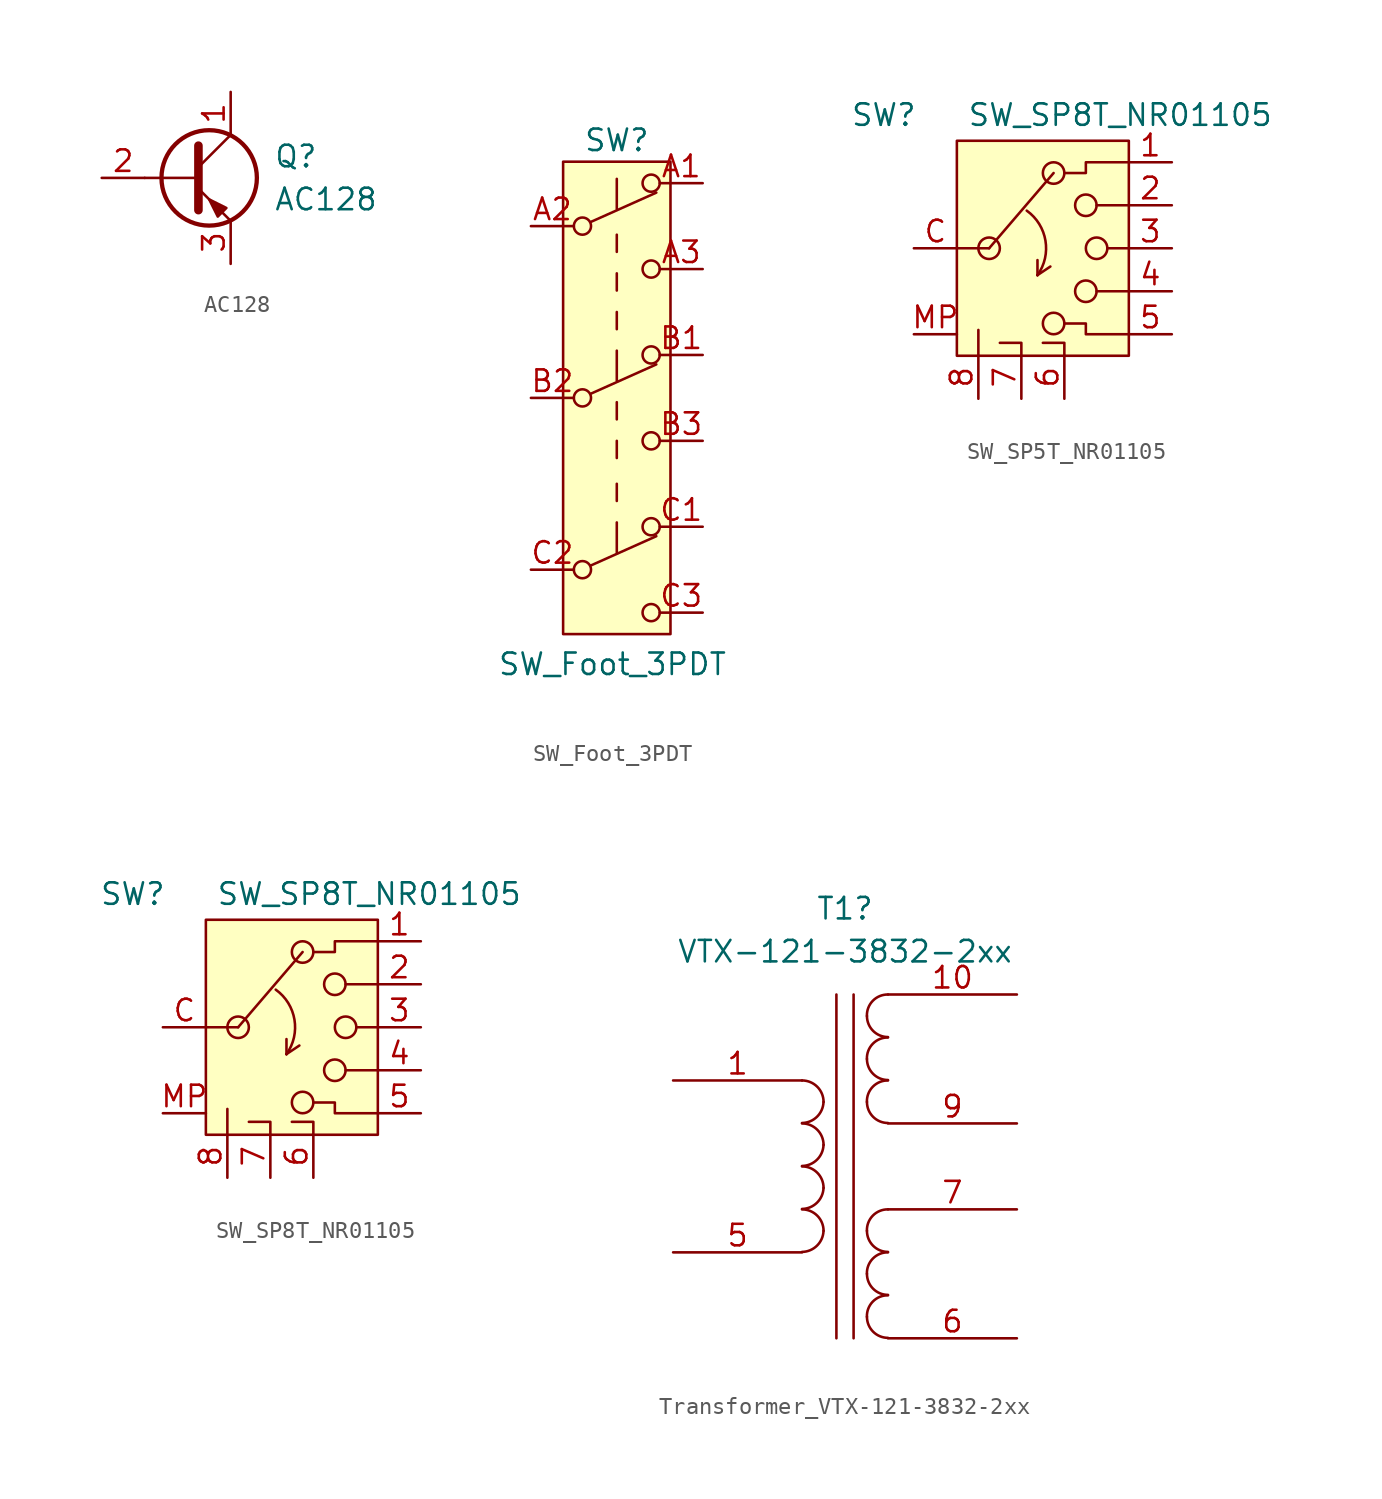
<source format=kicad_sym>
(kicad_symbol_lib
  (version 20241209)
  (generator "kicad_symbol_editor")
  (generator_version "9.0")
  (symbol "AC128"
    (pin_names
      (offset 0)
      (hide yes))
    (property "Reference" "Q"
      (at 5.08 1.27 0)
      (effects (font (size 1.27 1.27)) (justify left)))
    (property "Value" "AC128"
      (at 5.08 -1.27 0)
      (effects (font (size 1.27 1.27)) (justify left)))
    (symbol "AC128_0_1"
      (polyline (pts (xy -2.54 0) (xy 0.635 0)) (stroke (width 0) (type default)) (fill (type none)))
      (polyline (pts (xy 0.635 1.905) (xy 0.635 -1.905)) (stroke (width 0.508) (type default)) (fill (type none)))
      (polyline (pts (xy 0.635 0.635) (xy 2.54 2.54)) (stroke (width 0) (type default)) (fill (type none)))
      (polyline (pts (xy 0.635 -0.635) (xy 2.54 -2.54)) (stroke (width 0) (type default)) (fill (type none)))
      (circle (center 1.27 0) (radius 2.819) (stroke (width 0.254) (type default)) (fill (type none)))
      (polyline (pts (xy 2.286 -1.778) (xy 1.778 -2.286) (xy 1.27 -1.27) (xy 2.286 -1.778)) (stroke (width 0) (type default)) (fill (type outline))))
    (symbol "AC128_1_1"
      (pin input line (at -5.08 0 0) (length 2.54) (name "B" (effects (font (size 1.27 1.27)))) (number "2" (effects (font (size 1.27 1.27)))))
      (pin passive line (at 2.54 5.08 270) (length 2.54) (name "C" (effects (font (size 1.27 1.27)))) (number "1" (effects (font (size 1.27 1.27)))))
      (pin passive line (at 2.54 -5.08 90) (length 2.54) (name "E" (effects (font (size 1.27 1.27)))) (number "3" (effects (font (size 1.27 1.27)))))))
  (symbol "SW_Foot_3PDT"
    (pin_names
      (offset 0)
      (hide yes))
    (property "Reference" "SW"
      (at 0 10.16 0)
      (effects (font (size 1.27 1.27))))
    (property "Value" "SW_Foot_3PDT"
      (at -0.254 -20.828 0)
      (effects (font (size 1.27 1.27))))
    (symbol "SW_Foot_3PDT_0_0"
      (circle (center -2.032 5.08) (radius 0.508) (stroke (width 0) (type default)) (fill (type none)))
      (circle (center -2.032 -5.08) (radius 0.508) (stroke (width 0) (type default)) (fill (type none)))
      (circle (center -2.032 -15.24) (radius 0.508) (stroke (width 0) (type default)) (fill (type none)))
      (circle (center 2.032 2.54) (radius 0.508) (stroke (width 0) (type default)) (fill (type none)))
      (circle (center 2.032 -7.62) (radius 0.508) (stroke (width 0) (type default)) (fill (type none)))
      (circle (center 2.032 -17.78) (radius 0.508) (stroke (width 0) (type default)) (fill (type none))))
    (symbol "SW_Foot_3PDT_0_1"
      (polyline (pts (xy -1.524 5.334) (xy 2.337 7.061)) (stroke (width 0) (type default)) (fill (type none)))
      (polyline (pts (xy -1.524 -4.826) (xy 2.337 -3.099)) (stroke (width 0) (type default)) (fill (type none)))
      (polyline (pts (xy -1.524 -14.986) (xy 2.337 -13.259)) (stroke (width 0) (type default)) (fill (type none)))
      (polyline (pts (xy 0 7.874) (xy 0 6.096)) (stroke (width 0) (type default)) (fill (type none)))
      (polyline (pts (xy 0 3.556) (xy 0 4.572)) (stroke (width 0) (type default)) (fill (type none)))
      (polyline (pts (xy 0 1.27) (xy 0 2.286)) (stroke (width 0) (type default)) (fill (type none)))
      (polyline (pts (xy 0 -1.016) (xy 0 0)) (stroke (width 0) (type default)) (fill (type none)))
      (polyline (pts (xy 0 -2.286) (xy 0 -4.064)) (stroke (width 0) (type default)) (fill (type none)))
      (polyline (pts (xy 0 -6.35) (xy 0 -5.334)) (stroke (width 0) (type default)) (fill (type none)))
      (polyline (pts (xy 0 -8.636) (xy 0 -7.62)) (stroke (width 0) (type default)) (fill (type none)))
      (polyline (pts (xy 0 -11.176) (xy 0 -10.16)) (stroke (width 0) (type default)) (fill (type none)))
      (polyline (pts (xy 0 -12.446) (xy 0 -14.224)) (stroke (width 0) (type default)) (fill (type none)))
      (circle (center 2.032 7.62) (radius 0.508) (stroke (width 0) (type default)) (fill (type none)))
      (circle (center 2.032 -2.54) (radius 0.508) (stroke (width 0) (type default)) (fill (type none)))
      (circle (center 2.032 -12.7) (radius 0.508) (stroke (width 0) (type default)) (fill (type none))))
    (symbol "SW_Foot_3PDT_1_1"
      (rectangle (start -3.175 8.89) (end 3.175 -19.05) (stroke (width 0) (type default)) (fill (type background)))
      (pin passive line (at -5.08 5.08 0) (length 2.54) (name "B" (effects (font (size 1.27 1.27)))) (number "A2" (effects (font (size 1.27 1.27)))))
      (pin passive line (at -5.08 -5.08 0) (length 2.54) (name "B" (effects (font (size 1.27 1.27)))) (number "B2" (effects (font (size 1.27 1.27)))))
      (pin passive line (at -5.08 -15.24 0) (length 2.54) (name "B" (effects (font (size 1.27 1.27)))) (number "C2" (effects (font (size 1.27 1.27)))))
      (pin passive line (at 5.08 7.62 180) (length 2.54) (name "A" (effects (font (size 1.27 1.27)))) (number "A1" (effects (font (size 1.27 1.27)))))
      (pin passive line (at 5.08 2.54 180) (length 2.54) (name "C" (effects (font (size 1.27 1.27)))) (number "A3" (effects (font (size 1.27 1.27)))))
      (pin passive line (at 5.08 -2.54 180) (length 2.54) (name "A" (effects (font (size 1.27 1.27)))) (number "B1" (effects (font (size 1.27 1.27)))))
      (pin passive line (at 5.08 -7.62 180) (length 2.54) (name "C" (effects (font (size 1.27 1.27)))) (number "B3" (effects (font (size 1.27 1.27)))))
      (pin passive line (at 5.08 -12.7 180) (length 2.54) (name "A" (effects (font (size 1.27 1.27)))) (number "C1" (effects (font (size 1.27 1.27)))))
      (pin passive line (at 5.08 -17.78 180) (length 2.54) (name "C" (effects (font (size 1.27 1.27)))) (number "C3" (effects (font (size 1.27 1.27)))))))
  (symbol "SW_SP5T_NR01105"
    (pin_names
      (hide yes))
    (property "Reference" "SW"
      (at -9.398 7.874 0)
      (effects (font (size 1.27 1.27))))
    (property "Value" "SW_SP8T_NR01105"
      (at 4.572 7.874 0)
      (effects (font (size 1.27 1.27))))
    (symbol "SW_SP5T_NR01105_0_1"
      (polyline (pts (xy -5.08 0) (xy -3.175 0)) (stroke (width 0) (type default)) (fill (type none)))
      (polyline (pts (xy -3.81 -6.35) (xy -3.81 -4.826)) (stroke (width 0) (type default)) (fill (type none)))
      (circle (center -3.175 0) (radius 0.635) (stroke (width 0) (type default)) (fill (type none)))
      (polyline (pts (xy -3.175 0) (xy 0.635 4.445)) (stroke (width 0) (type default)) (fill (type none)))
      (arc (start -0.9526 2.2225) (mid 0.154 0.449) (end -0.3176 -1.5875) (stroke (width 0) (type default)) (fill (type none)))
      (polyline (pts (xy -2.54 -5.588) (xy -1.27 -5.588) (xy -1.27 -6.35)) (stroke (width 0) (type default)) (fill (type none)))
      (polyline (pts (xy -0.318 -1.587) (xy -0.318 -0.699)) (stroke (width 0) (type default)) (fill (type none)))
      (polyline (pts (xy -0.318 -1.587) (xy -0.318 -1.587)) (stroke (width 0) (type default)) (fill (type none)))
      (polyline (pts (xy -0.318 -1.587) (xy 0.444 -1.079)) (stroke (width 0) (type default)) (fill (type none)))
      (polyline (pts (xy 0 -5.588) (xy 1.27 -5.588) (xy 1.27 -6.35)) (stroke (width 0) (type default)) (fill (type none)))
      (circle (center 0.635 4.445) (radius 0.635) (stroke (width 0) (type default)) (fill (type none)))
      (circle (center 0.635 -4.445) (radius 0.635) (stroke (width 0) (type default)) (fill (type none)))
      (circle (center 2.54 2.54) (radius 0.635) (stroke (width 0) (type default)) (fill (type none)))
      (circle (center 2.54 -2.54) (radius 0.635) (stroke (width 0) (type default)) (fill (type none)))
      (circle (center 3.175 0) (radius 0.635) (stroke (width 0) (type default)) (fill (type none)))
      (polyline (pts (xy 5.08 5.08) (xy 2.54 5.08) (xy 2.54 4.445) (xy 1.27 4.445)) (stroke (width 0) (type default)) (fill (type none)))
      (polyline (pts (xy 5.08 2.54) (xy 3.175 2.54)) (stroke (width 0) (type default)) (fill (type none)))
      (polyline (pts (xy 5.08 0) (xy 3.81 0)) (stroke (width 0) (type default)) (fill (type none)))
      (polyline (pts (xy 5.08 -2.54) (xy 3.175 -2.54)) (stroke (width 0) (type default)) (fill (type none)))
      (polyline (pts (xy 5.08 -5.08) (xy 2.54 -5.08) (xy 2.54 -4.445) (xy 1.27 -4.445)) (stroke (width 0) (type default)) (fill (type none))))
    (symbol "SW_SP5T_NR01105_1_1"
      (polyline (pts (xy -5.08 6.35) (xy 5.08 6.35) (xy 5.08 -6.35) (xy -5.08 -6.35) (xy -5.08 6.35) (xy -5.08 6.35)) (stroke (width 0) (type default)) (fill (type background)))
      (pin passive line (at -7.62 0 0) (length 2.54) (name "Common" (effects (font (size 1.27 1.27)))) (number "C" (effects (font (size 1.27 1.27)))))
      (pin passive line (at -7.62 -5.08 0) (length 2.54) (name "MP" (effects (font (size 1.27 1.27)))) (number "MP" (effects (font (size 1.27 1.27)))))
      (pin passive line (at -3.81 -8.89 90) (length 2.54) (name "8" (effects (font (size 1.27 1.27)))) (number "8" (effects (font (size 1.27 1.27)))))
      (pin passive line (at -1.27 -8.89 90) (length 2.54) (name "7" (effects (font (size 1.27 1.27)))) (number "7" (effects (font (size 1.27 1.27)))))
      (pin passive line (at 1.27 -8.89 90) (length 2.54) (name "6" (effects (font (size 1.27 1.27)))) (number "6" (effects (font (size 1.27 1.27)))))
      (pin passive line (at 7.62 5.08 180) (length 2.54) (name "1" (effects (font (size 1.27 1.27)))) (number "1" (effects (font (size 1.27 1.27)))))
      (pin passive line (at 7.62 2.54 180) (length 2.54) (name "2" (effects (font (size 1.27 1.27)))) (number "2" (effects (font (size 1.27 1.27)))))
      (pin passive line (at 7.62 0 180) (length 2.54) (name "3" (effects (font (size 1.27 1.27)))) (number "3" (effects (font (size 1.27 1.27)))))
      (pin passive line (at 7.62 -2.54 180) (length 2.54) (name "4" (effects (font (size 1.27 1.27)))) (number "4" (effects (font (size 1.27 1.27)))))
      (pin passive line (at 7.62 -5.08 180) (length 2.54) (name "5" (effects (font (size 1.27 1.27)))) (number "5" (effects (font (size 1.27 1.27)))))))
  (symbol "SW_SP8T_NR01105"
    (pin_names
      (hide yes))
    (property "Reference" "SW"
      (at -9.398 7.874 0)
      (effects (font (size 1.27 1.27))))
    (property "Value" "SW_SP8T_NR01105"
      (at 4.572 7.874 0)
      (effects (font (size 1.27 1.27))))
    (symbol "SW_SP8T_NR01105_0_1"
      (polyline (pts (xy -5.08 0) (xy -3.175 0)) (stroke (width 0) (type default)) (fill (type none)))
      (polyline (pts (xy -3.81 -6.35) (xy -3.81 -4.826)) (stroke (width 0) (type default)) (fill (type none)))
      (circle (center -3.175 0) (radius 0.635) (stroke (width 0) (type default)) (fill (type none)))
      (polyline (pts (xy -3.175 0) (xy 0.635 4.445)) (stroke (width 0) (type default)) (fill (type none)))
      (arc (start -0.9526 2.2225) (mid 0.154 0.449) (end -0.3176 -1.5875) (stroke (width 0) (type default)) (fill (type none)))
      (polyline (pts (xy -2.54 -5.588) (xy -1.27 -5.588) (xy -1.27 -6.35)) (stroke (width 0) (type default)) (fill (type none)))
      (polyline (pts (xy -0.318 -1.587) (xy -0.318 -0.699)) (stroke (width 0) (type default)) (fill (type none)))
      (polyline (pts (xy -0.318 -1.587) (xy -0.318 -1.587)) (stroke (width 0) (type default)) (fill (type none)))
      (polyline (pts (xy -0.318 -1.587) (xy 0.444 -1.079)) (stroke (width 0) (type default)) (fill (type none)))
      (polyline (pts (xy 0 -5.588) (xy 1.27 -5.588) (xy 1.27 -6.35)) (stroke (width 0) (type default)) (fill (type none)))
      (circle (center 0.635 4.445) (radius 0.635) (stroke (width 0) (type default)) (fill (type none)))
      (circle (center 0.635 -4.445) (radius 0.635) (stroke (width 0) (type default)) (fill (type none)))
      (circle (center 2.54 2.54) (radius 0.635) (stroke (width 0) (type default)) (fill (type none)))
      (circle (center 2.54 -2.54) (radius 0.635) (stroke (width 0) (type default)) (fill (type none)))
      (circle (center 3.175 0) (radius 0.635) (stroke (width 0) (type default)) (fill (type none)))
      (polyline (pts (xy 5.08 5.08) (xy 2.54 5.08) (xy 2.54 4.445) (xy 1.27 4.445)) (stroke (width 0) (type default)) (fill (type none)))
      (polyline (pts (xy 5.08 2.54) (xy 3.175 2.54)) (stroke (width 0) (type default)) (fill (type none)))
      (polyline (pts (xy 5.08 0) (xy 3.81 0)) (stroke (width 0) (type default)) (fill (type none)))
      (polyline (pts (xy 5.08 -2.54) (xy 3.175 -2.54)) (stroke (width 0) (type default)) (fill (type none)))
      (polyline (pts (xy 5.08 -5.08) (xy 2.54 -5.08) (xy 2.54 -4.445) (xy 1.27 -4.445)) (stroke (width 0) (type default)) (fill (type none))))
    (symbol "SW_SP8T_NR01105_1_1"
      (polyline (pts (xy -5.08 6.35) (xy 5.08 6.35) (xy 5.08 -6.35) (xy -5.08 -6.35) (xy -5.08 6.35) (xy -5.08 6.35)) (stroke (width 0) (type default)) (fill (type background)))
      (pin passive line (at -7.62 0 0) (length 2.54) (name "Common" (effects (font (size 1.27 1.27)))) (number "C" (effects (font (size 1.27 1.27)))))
      (pin passive line (at -7.62 -5.08 0) (length 2.54) (name "MP" (effects (font (size 1.27 1.27)))) (number "MP" (effects (font (size 1.27 1.27)))))
      (pin passive line (at -3.81 -8.89 90) (length 2.54) (name "8" (effects (font (size 1.27 1.27)))) (number "8" (effects (font (size 1.27 1.27)))))
      (pin passive line (at -1.27 -8.89 90) (length 2.54) (name "7" (effects (font (size 1.27 1.27)))) (number "7" (effects (font (size 1.27 1.27)))))
      (pin passive line (at 1.27 -8.89 90) (length 2.54) (name "6" (effects (font (size 1.27 1.27)))) (number "6" (effects (font (size 1.27 1.27)))))
      (pin passive line (at 7.62 5.08 180) (length 2.54) (name "1" (effects (font (size 1.27 1.27)))) (number "1" (effects (font (size 1.27 1.27)))))
      (pin passive line (at 7.62 2.54 180) (length 2.54) (name "2" (effects (font (size 1.27 1.27)))) (number "2" (effects (font (size 1.27 1.27)))))
      (pin passive line (at 7.62 0 180) (length 2.54) (name "3" (effects (font (size 1.27 1.27)))) (number "3" (effects (font (size 1.27 1.27)))))
      (pin passive line (at 7.62 -2.54 180) (length 2.54) (name "4" (effects (font (size 1.27 1.27)))) (number "4" (effects (font (size 1.27 1.27)))))
      (pin passive line (at 7.62 -5.08 180) (length 2.54) (name "5" (effects (font (size 1.27 1.27)))) (number "5" (effects (font (size 1.27 1.27)))))))
  (symbol "Transformer_VTX-121-3832-2xx"
    (pin_names
      (offset 1.016)
      (hide yes))
    (property "Reference" "T1"
      (at 0 15.24 0)
      (effects (font (size 1.27 1.27))))
    (property "Value" "VTX-121-3832-2xx"
      (at 0 12.7 0)
      (effects (font (size 1.27 1.27))))
    (symbol "Transformer_VTX-121-3832-2xx_0_1"
      (arc (start -1.27 3.81) (mid -1.656 2.9336) (end -2.54 2.5654) (stroke (width 0) (type default)) (fill (type none)))
      (arc (start -1.27 1.27) (mid -1.656 0.3936) (end -2.54 0.0254) (stroke (width 0) (type default)) (fill (type none)))
      (arc (start -1.27 -1.27) (mid -1.656 -2.1464) (end -2.54 -2.5146) (stroke (width 0) (type default)) (fill (type none)))
      (arc (start -1.27 -3.81) (mid -1.656 -4.6864) (end -2.54 -5.0546) (stroke (width 0) (type default)) (fill (type none)))
      (arc (start -2.54 5.08) (mid -1.642 4.708) (end -1.27 3.81) (stroke (width 0) (type default)) (fill (type none)))
      (arc (start -2.54 2.54) (mid -1.642 2.168) (end -1.27 1.27) (stroke (width 0) (type default)) (fill (type none)))
      (arc (start -2.54 0) (mid -1.642 -0.372) (end -1.27 -1.27) (stroke (width 0) (type default)) (fill (type none)))
      (arc (start -2.54 -2.54) (mid -1.642 -2.912) (end -1.27 -3.81) (stroke (width 0) (type default)) (fill (type none)))
      (polyline (pts (xy -0.508 -10.16) (xy -0.508 10.16)) (stroke (width 0) (type default)) (fill (type none)))
      (polyline (pts (xy 0.508 10.16) (xy 0.508 -10.16)) (stroke (width 0) (type default)) (fill (type none)))
      (arc (start 1.2954 8.89) (mid 1.6457 9.7917) (end 2.54 10.16) (stroke (width 0) (type default)) (fill (type none)))
      (arc (start 1.2954 6.35) (mid 1.6457 7.2517) (end 2.54 7.62) (stroke (width 0) (type default)) (fill (type none)))
      (arc (start 1.2954 3.81) (mid 1.6457 4.7117) (end 2.54 5.08) (stroke (width 0) (type default)) (fill (type none)))
      (arc (start 1.2954 -3.81) (mid 1.6457 -2.9083) (end 2.54 -2.54) (stroke (width 0) (type default)) (fill (type none)))
      (arc (start 1.2954 -6.35) (mid 1.6457 -5.4483) (end 2.54 -5.08) (stroke (width 0) (type default)) (fill (type none)))
      (arc (start 1.2954 -8.89) (mid 1.6457 -7.9883) (end 2.54 -7.62) (stroke (width 0) (type default)) (fill (type none)))
      (arc (start 2.54 7.6454) (mid 1.6599 8.0099) (end 1.2954 8.89) (stroke (width 0) (type default)) (fill (type none)))
      (arc (start 2.54 5.1054) (mid 1.6599 5.4699) (end 1.2954 6.35) (stroke (width 0) (type default)) (fill (type none)))
      (arc (start 2.54 2.5654) (mid 1.6599 2.9299) (end 1.2954 3.81) (stroke (width 0) (type default)) (fill (type none)))
      (arc (start 2.54 -5.0546) (mid 1.6599 -4.6901) (end 1.2954 -3.81) (stroke (width 0) (type default)) (fill (type none)))
      (arc (start 2.54 -7.5946) (mid 1.6599 -7.2301) (end 1.2954 -6.35) (stroke (width 0) (type default)) (fill (type none)))
      (arc (start 2.54 -10.1346) (mid 1.6599 -9.7701) (end 1.2954 -8.89) (stroke (width 0) (type default)) (fill (type none))))
    (symbol "Transformer_VTX-121-3832-2xx_1_1"
      (pin passive line (at -10.16 5.08 0) (length 7.62) (name "AA" (effects (font (size 1.27 1.27)))) (number "1" (effects (font (size 1.27 1.27)))))
      (pin passive line (at -10.16 -5.08 0) (length 7.62) (name "AB" (effects (font (size 1.27 1.27)))) (number "5" (effects (font (size 1.27 1.27)))))
      (pin passive line (at 10.16 10.16 180) (length 7.62) (name "SA" (effects (font (size 1.27 1.27)))) (number "10" (effects (font (size 1.27 1.27)))))
      (pin passive line (at 10.16 2.54 180) (length 7.62) (name "SB" (effects (font (size 1.27 1.27)))) (number "9" (effects (font (size 1.27 1.27)))))
      (pin passive line (at 10.16 -2.54 180) (length 7.62) (name "SC" (effects (font (size 1.27 1.27)))) (number "7" (effects (font (size 1.27 1.27)))))
      (pin passive line (at 10.16 -10.16 180) (length 7.62) (name "SD" (effects (font (size 1.27 1.27)))) (number "6" (effects (font (size 1.27 1.27))))))))
</source>
